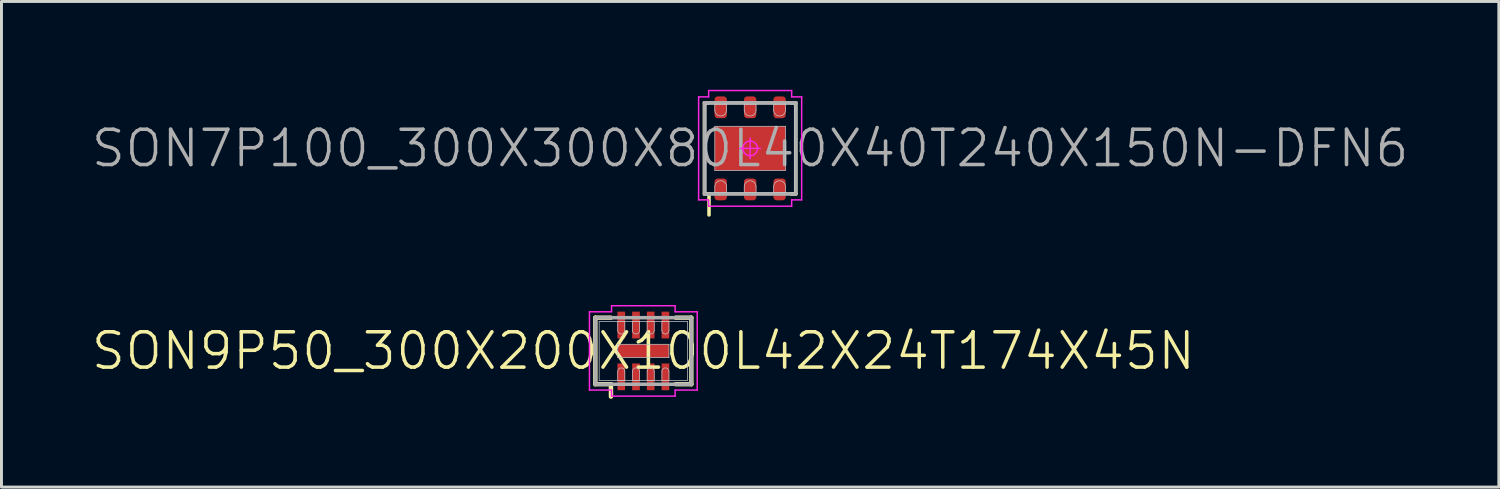
<source format=kicad_pcb>
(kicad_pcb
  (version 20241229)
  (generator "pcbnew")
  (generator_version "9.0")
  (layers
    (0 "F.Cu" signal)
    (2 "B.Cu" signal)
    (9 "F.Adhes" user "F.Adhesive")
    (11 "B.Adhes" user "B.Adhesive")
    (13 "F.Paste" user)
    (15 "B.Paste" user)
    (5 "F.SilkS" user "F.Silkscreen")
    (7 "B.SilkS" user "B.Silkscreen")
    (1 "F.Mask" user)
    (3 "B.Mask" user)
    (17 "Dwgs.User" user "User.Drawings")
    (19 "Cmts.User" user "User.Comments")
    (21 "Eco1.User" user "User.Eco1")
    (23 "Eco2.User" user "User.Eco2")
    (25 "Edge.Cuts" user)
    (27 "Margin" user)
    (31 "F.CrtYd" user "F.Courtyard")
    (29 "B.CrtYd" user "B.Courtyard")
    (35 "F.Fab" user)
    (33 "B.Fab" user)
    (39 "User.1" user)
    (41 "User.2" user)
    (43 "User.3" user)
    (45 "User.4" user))
  (footprint "SON7P100_300X300X80L40X40T240X150N-DFN6"
    (layer "F.Cu")
    (at 22.431 1.99)
    (property "Reference" "SON7P100_300X300X80L40X40T240X150N-DFN6" (at 0 0 0) (layer "F.Fab") (effects (font (size 1.2 1.2) (thickness 0.12))))
    (attr smd)
    (fp_line (start -1.55 -1.55) (end -1.39 -1.55) (stroke (width 0.12) (type solid)) (layer "F.SilkS"))
    (fp_line (start -1.55 1.55) (end -1.55 -1.55) (stroke (width 0.12) (type solid)) (layer "F.SilkS"))
    (fp_line (start -1.397 1.549) (end -1.397 2.261) (stroke (width 0.12) (type solid)) (layer "F.SilkS"))
    (fp_line (start -1.39 1.55) (end -1.55 1.55) (stroke (width 0.12) (type solid)) (layer "F.SilkS"))
    (fp_line (start 1.39 1.55) (end 1.55 1.55) (stroke (width 0.12) (type solid)) (layer "F.SilkS"))
    (fp_line (start 1.55 -1.55) (end 1.39 -1.55) (stroke (width 0.12) (type solid)) (layer "F.SilkS"))
    (fp_line (start 1.55 1.55) (end 1.55 -1.55) (stroke (width 0.12) (type solid)) (layer "F.SilkS"))
    (fp_line (start -1.5 -1.5) (end 1.5 -1.5) (stroke (width 0.025) (type solid)) (layer "Dwgs.User"))
    (fp_line (start -1.5 1.5) (end -1.5 -1.5) (stroke (width 0.025) (type solid)) (layer "Dwgs.User"))
    (fp_line (start -1.2 -1.5) (end -1.2 -1.3) (stroke (width 0.025) (type solid)) (layer "Dwgs.User"))
    (fp_line (start -1.2 -0.75) (end 1.2 -0.75) (stroke (width 0.025) (type solid)) (layer "Dwgs.User"))
    (fp_line (start -1.2 0.75) (end -1.2 -0.75) (stroke (width 0.025) (type solid)) (layer "Dwgs.User"))
    (fp_line (start -1.2 1.3) (end -1.2 1.5) (stroke (width 0.025) (type solid)) (layer "Dwgs.User"))
    (fp_line (start -1.2 1.5) (end -0.8 1.5) (stroke (width 0.025) (type solid)) (layer "Dwgs.User"))
    (fp_line (start -0.8 -1.5) (end -1.2 -1.5) (stroke (width 0.025) (type solid)) (layer "Dwgs.User"))
    (fp_line (start -0.8 -1.3) (end -0.8 -1.5) (stroke (width 0.025) (type solid)) (layer "Dwgs.User"))
    (fp_line (start -0.8 1.5) (end -0.8 1.3) (stroke (width 0.025) (type solid)) (layer "Dwgs.User"))
    (fp_line (start -0.2 -1.5) (end -0.2 -1.3) (stroke (width 0.025) (type solid)) (layer "Dwgs.User"))
    (fp_line (start -0.2 1.3) (end -0.2 1.5) (stroke (width 0.025) (type solid)) (layer "Dwgs.User"))
    (fp_line (start -0.2 1.5) (end 0.2 1.5) (stroke (width 0.025) (type solid)) (layer "Dwgs.User"))
    (fp_line (start 0.2 -1.5) (end -0.2 -1.5) (stroke (width 0.025) (type solid)) (layer "Dwgs.User"))
    (fp_line (start 0.2 -1.3) (end 0.2 -1.5) (stroke (width 0.025) (type solid)) (layer "Dwgs.User"))
    (fp_line (start 0.2 1.5) (end 0.2 1.3) (stroke (width 0.025) (type solid)) (layer "Dwgs.User"))
    (fp_line (start 0.8 -1.5) (end 0.8 -1.3) (stroke (width 0.025) (type solid)) (layer "Dwgs.User"))
    (fp_line (start 0.8 1.3) (end 0.8 1.5) (stroke (width 0.025) (type solid)) (layer "Dwgs.User"))
    (fp_line (start 0.8 1.5) (end 1.2 1.5) (stroke (width 0.025) (type solid)) (layer "Dwgs.User"))
    (fp_line (start 1.2 -1.5) (end 0.8 -1.5) (stroke (width 0.025) (type solid)) (layer "Dwgs.User"))
    (fp_line (start 1.2 -1.3) (end 1.2 -1.5) (stroke (width 0.025) (type solid)) (layer "Dwgs.User"))
    (fp_line (start 1.2 -0.75) (end 1.2 0.75) (stroke (width 0.025) (type solid)) (layer "Dwgs.User"))
    (fp_line (start 1.2 0.75) (end -1.2 0.75) (stroke (width 0.025) (type solid)) (layer "Dwgs.User"))
    (fp_line (start 1.2 1.5) (end 1.2 1.3) (stroke (width 0.025) (type solid)) (layer "Dwgs.User"))
    (fp_line (start 1.5 -1.5) (end 1.5 1.5) (stroke (width 0.025) (type solid)) (layer "Dwgs.User"))
    (fp_line (start 1.5 1.5) (end -1.5 1.5) (stroke (width 0.025) (type solid)) (layer "Dwgs.User"))
    (fp_arc (start -1.2 1.3) (mid -1 1.1) (end -0.8 1.3) (stroke (width 0.025) (type solid)) (layer "Dwgs.User"))
    (fp_arc (start -0.8 -1.3) (mid -1 -1.1) (end -1.2 -1.3) (stroke (width 0.025) (type solid)) (layer "Dwgs.User"))
    (fp_arc (start -0.2 1.3) (mid 0 1.1) (end 0.2 1.3) (stroke (width 0.025) (type solid)) (layer "Dwgs.User"))
    (fp_arc (start 0.2 -1.3) (mid 0 -1.1) (end -0.2 -1.3) (stroke (width 0.025) (type solid)) (layer "Dwgs.User"))
    (fp_arc (start 0.8 1.3) (mid 1 1.1) (end 1.2 1.3) (stroke (width 0.025) (type solid)) (layer "Dwgs.User"))
    (fp_arc (start 1.2 -1.3) (mid 1 -1.1) (end 0.8 -1.3) (stroke (width 0.025) (type solid)) (layer "Dwgs.User"))
    (fp_line (start -1.75 -1.75) (end -1.75 1.75) (stroke (width 0.05) (type solid)) (layer "F.CrtYd"))
    (fp_line (start -1.75 1.75) (end -1.41 1.75) (stroke (width 0.05) (type solid)) (layer "F.CrtYd"))
    (fp_line (start -1.41 -1.965) (end -1.41 -1.75) (stroke (width 0.05) (type solid)) (layer "F.CrtYd"))
    (fp_line (start -1.41 -1.75) (end -1.75 -1.75) (stroke (width 0.05) (type solid)) (layer "F.CrtYd"))
    (fp_line (start -1.41 1.75) (end -1.41 1.965) (stroke (width 0.05) (type solid)) (layer "F.CrtYd"))
    (fp_line (start -1.41 1.965) (end 1.41 1.965) (stroke (width 0.05) (type solid)) (layer "F.CrtYd"))
    (fp_line (start -0.35 0) (end 0.35 0) (stroke (width 0.05) (type solid)) (layer "F.CrtYd"))
    (fp_line (start 0 -0.35) (end 0 0.35) (stroke (width 0.05) (type solid)) (layer "F.CrtYd"))
    (fp_line (start 1.41 -1.965) (end -1.41 -1.965) (stroke (width 0.05) (type solid)) (layer "F.CrtYd"))
    (fp_line (start 1.41 -1.75) (end 1.41 -1.965) (stroke (width 0.05) (type solid)) (layer "F.CrtYd"))
    (fp_line (start 1.41 1.75) (end 1.75 1.75) (stroke (width 0.05) (type solid)) (layer "F.CrtYd"))
    (fp_line (start 1.41 1.965) (end 1.41 1.75) (stroke (width 0.05) (type solid)) (layer "F.CrtYd"))
    (fp_line (start 1.75 -1.75) (end 1.41 -1.75) (stroke (width 0.05) (type solid)) (layer "F.CrtYd"))
    (fp_line (start 1.75 1.75) (end 1.75 -1.75) (stroke (width 0.05) (type solid)) (layer "F.CrtYd"))
    (fp_circle (center 0 0) (end 0 0.25) (stroke (width 0.05) (type solid)) (fill no) (layer "F.CrtYd"))
    (fp_line (start -1.55 -1.55) (end 1.55 -1.55) (stroke (width 0.12) (type solid)) (layer "F.Fab"))
    (fp_line (start -1.55 1.55) (end -1.55 -1.55) (stroke (width 0.12) (type solid)) (layer "F.Fab"))
    (fp_line (start 1.55 -1.55) (end 1.55 1.55) (stroke (width 0.12) (type solid)) (layer "F.Fab"))
    (fp_line (start 1.55 1.55) (end -1.55 1.55) (stroke (width 0.12) (type solid)) (layer "F.Fab"))
    (pad "" smd roundrect (at -0.6 0 90) (size 0.97 0.93) (layers "F.Paste") (roundrect_rratio 0.25))
    (pad "" smd roundrect (at 0.6 0 90) (size 0.97 0.93) (layers "F.Paste") (roundrect_rratio 0.25))
    (pad "1" smd roundrect (at -1 1.395 90) (size 0.74 0.42) (layers "F.Cu" "F.Mask" "F.Paste") (roundrect_rratio 0.262))
    (pad "2" smd roundrect (at 0 1.395 90) (size 0.74 0.42) (layers "F.Cu" "F.Mask" "F.Paste") (roundrect_rratio 0.262))
    (pad "3" smd roundrect (at 1 1.395 90) (size 0.74 0.42) (layers "F.Cu" "F.Mask" "F.Paste") (roundrect_rratio 0.262))
    (pad "4" smd roundrect (at 1 -1.395 90) (size 0.74 0.42) (layers "F.Cu" "F.Mask" "F.Paste") (roundrect_rratio 0.262))
    (pad "5" smd roundrect (at 0 -1.395 90) (size 0.74 0.42) (layers "F.Cu" "F.Mask" "F.Paste") (roundrect_rratio 0.262))
    (pad "6" smd roundrect (at -1 -1.395 90) (size 0.74 0.42) (layers "F.Cu" "F.Mask" "F.Paste") (roundrect_rratio 0.262))
    (pad "7" smd rect (at 0 0 90) (size 1.5 2.4) (layers "F.Cu" "F.Mask")))
  (footprint "SON9P50_300X200X100L42X24T174X45N"
    (layer "F.Cu")
    (at 18.803 8.871)
    (property "Reference" "SON9P50_300X200X100L42X24T174X45N" (at 0 0 0) (layer "F.SilkS") (effects (font (size 1.2 1.2) (thickness 0.12))))
    (attr smd)
    (fp_line (start -1.63 -1.13) (end -1.1 -1.13) (stroke (width 0.15) (type solid)) (layer "F.SilkS"))
    (fp_line (start -1.63 1.13) (end -1.63 -1.13) (stroke (width 0.15) (type solid)) (layer "F.SilkS"))
    (fp_line (start -1.1 1.13) (end -1.63 1.13) (stroke (width 0.15) (type solid)) (layer "F.SilkS"))
    (fp_line (start -1.1 1.13) (end -1.1 1.55) (stroke (width 0.15) (type solid)) (layer "F.SilkS"))
    (fp_line (start 1.1 1.13) (end 1.63 1.13) (stroke (width 0.15) (type solid)) (layer "F.SilkS"))
    (fp_line (start 1.63 -1.13) (end 1.1 -1.13) (stroke (width 0.15) (type solid)) (layer "F.SilkS"))
    (fp_line (start 1.63 1.13) (end 1.63 -1.13) (stroke (width 0.15) (type solid)) (layer "F.SilkS"))
    (fp_line (start -1.5 -1) (end 1.5 -1) (stroke (width 0.025) (type solid)) (layer "Dwgs.User"))
    (fp_line (start -1.5 1) (end -1.5 -1) (stroke (width 0.025) (type solid)) (layer "Dwgs.User"))
    (fp_line (start -0.87 -1) (end -0.87 -0.695) (stroke (width 0.025) (type solid)) (layer "Dwgs.User"))
    (fp_line (start -0.87 -0.225) (end 0.87 -0.225) (stroke (width 0.025) (type solid)) (layer "Dwgs.User"))
    (fp_line (start -0.87 0.225) (end -0.87 -0.225) (stroke (width 0.025) (type solid)) (layer "Dwgs.User"))
    (fp_line (start -0.87 0.695) (end -0.87 1) (stroke (width 0.025) (type solid)) (layer "Dwgs.User"))
    (fp_line (start -0.87 1) (end -0.63 1) (stroke (width 0.025) (type solid)) (layer "Dwgs.User"))
    (fp_line (start -0.63 -1) (end -0.87 -1) (stroke (width 0.025) (type solid)) (layer "Dwgs.User"))
    (fp_line (start -0.63 -0.695) (end -0.63 -1) (stroke (width 0.025) (type solid)) (layer "Dwgs.User"))
    (fp_line (start -0.63 1) (end -0.63 0.695) (stroke (width 0.025) (type solid)) (layer "Dwgs.User"))
    (fp_line (start -0.37 -1) (end -0.37 -0.695) (stroke (width 0.025) (type solid)) (layer "Dwgs.User"))
    (fp_line (start -0.37 0.695) (end -0.37 1) (stroke (width 0.025) (type solid)) (layer "Dwgs.User"))
    (fp_line (start -0.37 1) (end -0.13 1) (stroke (width 0.025) (type solid)) (layer "Dwgs.User"))
    (fp_line (start -0.13 -1) (end -0.37 -1) (stroke (width 0.025) (type solid)) (layer "Dwgs.User"))
    (fp_line (start -0.13 -0.695) (end -0.13 -1) (stroke (width 0.025) (type solid)) (layer "Dwgs.User"))
    (fp_line (start -0.13 1) (end -0.13 0.695) (stroke (width 0.025) (type solid)) (layer "Dwgs.User"))
    (fp_line (start 0.13 -1) (end 0.13 -0.695) (stroke (width 0.025) (type solid)) (layer "Dwgs.User"))
    (fp_line (start 0.13 0.695) (end 0.13 1) (stroke (width 0.025) (type solid)) (layer "Dwgs.User"))
    (fp_line (start 0.13 1) (end 0.37 1) (stroke (width 0.025) (type solid)) (layer "Dwgs.User"))
    (fp_line (start 0.37 -1) (end 0.13 -1) (stroke (width 0.025) (type solid)) (layer "Dwgs.User"))
    (fp_line (start 0.37 -0.695) (end 0.37 -1) (stroke (width 0.025) (type solid)) (layer "Dwgs.User"))
    (fp_line (start 0.37 1) (end 0.37 0.695) (stroke (width 0.025) (type solid)) (layer "Dwgs.User"))
    (fp_line (start 0.63 -1) (end 0.63 -0.695) (stroke (width 0.025) (type solid)) (layer "Dwgs.User"))
    (fp_line (start 0.63 0.695) (end 0.63 1) (stroke (width 0.025) (type solid)) (layer "Dwgs.User"))
    (fp_line (start 0.63 1) (end 0.87 1) (stroke (width 0.025) (type solid)) (layer "Dwgs.User"))
    (fp_line (start 0.87 -1) (end 0.63 -1) (stroke (width 0.025) (type solid)) (layer "Dwgs.User"))
    (fp_line (start 0.87 -0.695) (end 0.87 -1) (stroke (width 0.025) (type solid)) (layer "Dwgs.User"))
    (fp_line (start 0.87 -0.225) (end 0.87 0.225) (stroke (width 0.025) (type solid)) (layer "Dwgs.User"))
    (fp_line (start 0.87 0.225) (end -0.87 0.225) (stroke (width 0.025) (type solid)) (layer "Dwgs.User"))
    (fp_line (start 0.87 1) (end 0.87 0.695) (stroke (width 0.025) (type solid)) (layer "Dwgs.User"))
    (fp_line (start 1.5 -1) (end 1.5 1) (stroke (width 0.025) (type solid)) (layer "Dwgs.User"))
    (fp_line (start 1.5 1) (end -1.5 1) (stroke (width 0.025) (type solid)) (layer "Dwgs.User"))
    (fp_arc (start -0.87 0.695) (mid -0.75 0.575) (end -0.63 0.695) (stroke (width 0.025) (type solid)) (layer "Dwgs.User"))
    (fp_arc (start -0.63 -0.695) (mid -0.75 -0.575) (end -0.87 -0.695) (stroke (width 0.025) (type solid)) (layer "Dwgs.User"))
    (fp_arc (start -0.37 0.695) (mid -0.25 0.575) (end -0.13 0.695) (stroke (width 0.025) (type solid)) (layer "Dwgs.User"))
    (fp_arc (start -0.13 -0.695) (mid -0.25 -0.575) (end -0.37 -0.695) (stroke (width 0.025) (type solid)) (layer "Dwgs.User"))
    (fp_arc (start 0.13 0.695) (mid 0.25 0.575) (end 0.37 0.695) (stroke (width 0.025) (type solid)) (layer "Dwgs.User"))
    (fp_arc (start 0.37 -0.695) (mid 0.25 -0.575) (end 0.13 -0.695) (stroke (width 0.025) (type solid)) (layer "Dwgs.User"))
    (fp_arc (start 0.63 0.695) (mid 0.75 0.575) (end 0.87 0.695) (stroke (width 0.025) (type solid)) (layer "Dwgs.User"))
    (fp_arc (start 0.87 -0.695) (mid 0.75 -0.575) (end 0.63 -0.695) (stroke (width 0.025) (type solid)) (layer "Dwgs.User"))
    (fp_line (start -1.83 -1.33) (end -1.83 1.33) (stroke (width 0.05) (type solid)) (layer "F.CrtYd"))
    (fp_line (start -1.83 1.33) (end -1.08 1.33) (stroke (width 0.05) (type solid)) (layer "F.CrtYd"))
    (fp_line (start -1.08 -1.535) (end -1.08 -1.33) (stroke (width 0.05) (type solid)) (layer "F.CrtYd"))
    (fp_line (start -1.08 -1.33) (end -1.83 -1.33) (stroke (width 0.05) (type solid)) (layer "F.CrtYd"))
    (fp_line (start -1.08 1.33) (end -1.08 1.535) (stroke (width 0.05) (type solid)) (layer "F.CrtYd"))
    (fp_line (start -1.08 1.535) (end 1.08 1.535) (stroke (width 0.05) (type solid)) (layer "F.CrtYd"))
    (fp_line (start 1.08 -1.535) (end -1.08 -1.535) (stroke (width 0.05) (type solid)) (layer "F.CrtYd"))
    (fp_line (start 1.08 -1.33) (end 1.08 -1.535) (stroke (width 0.05) (type solid)) (layer "F.CrtYd"))
    (fp_line (start 1.08 1.33) (end 1.83 1.33) (stroke (width 0.05) (type solid)) (layer "F.CrtYd"))
    (fp_line (start 1.08 1.535) (end 1.08 1.33) (stroke (width 0.05) (type solid)) (layer "F.CrtYd"))
    (fp_line (start 1.83 -1.33) (end 1.08 -1.33) (stroke (width 0.05) (type solid)) (layer "F.CrtYd"))
    (fp_line (start 1.83 1.33) (end 1.83 -1.33) (stroke (width 0.05) (type solid)) (layer "F.CrtYd"))
    (fp_line (start -1.63 -1.13) (end 1.63 -1.13) (stroke (width 0.12) (type solid)) (layer "F.Fab"))
    (fp_line (start -1.63 1.13) (end -1.63 -1.13) (stroke (width 0.12) (type solid)) (layer "F.Fab"))
    (fp_line (start 1.63 -1.13) (end 1.63 1.13) (stroke (width 0.12) (type solid)) (layer "F.Fab"))
    (fp_line (start 1.63 1.13) (end -1.63 1.13) (stroke (width 0.12) (type solid)) (layer "F.Fab"))
    (pad "1" smd rect (at -0.75 0.88 90) (size 0.91 0.26) (layers "F.Cu" "F.Mask" "F.Paste"))
    (pad "2" smd rect (at -0.25 0.88 90) (size 0.91 0.26) (layers "F.Cu" "F.Mask" "F.Paste"))
    (pad "3" smd rect (at 0.25 0.88 90) (size 0.91 0.26) (layers "F.Cu" "F.Mask" "F.Paste"))
    (pad "4" smd rect (at 0.75 0.88 90) (size 0.91 0.26) (layers "F.Cu" "F.Mask" "F.Paste"))
    (pad "5" smd rect (at 0.75 -0.88 90) (size 0.91 0.26) (layers "F.Cu" "F.Mask" "F.Paste"))
    (pad "6" smd rect (at 0.25 -0.88 90) (size 0.91 0.26) (layers "F.Cu" "F.Mask" "F.Paste"))
    (pad "7" smd rect (at -0.25 -0.88 90) (size 0.91 0.26) (layers "F.Cu" "F.Mask" "F.Paste"))
    (pad "8" smd rect (at -0.75 -0.88 90) (size 0.91 0.26) (layers "F.Cu" "F.Mask" "F.Paste"))
    (pad "9" smd rect (at 0 0 90) (size 0.45 1.74) (layers "F.Cu" "F.Mask" "F.Paste")))
  (gr_rect
    (start -3 -3)
    (end 47.863 13.496)
    (stroke (width 0.1) (type default))
    (fill no)
    (layer "Edge.Cuts")))
</source>
